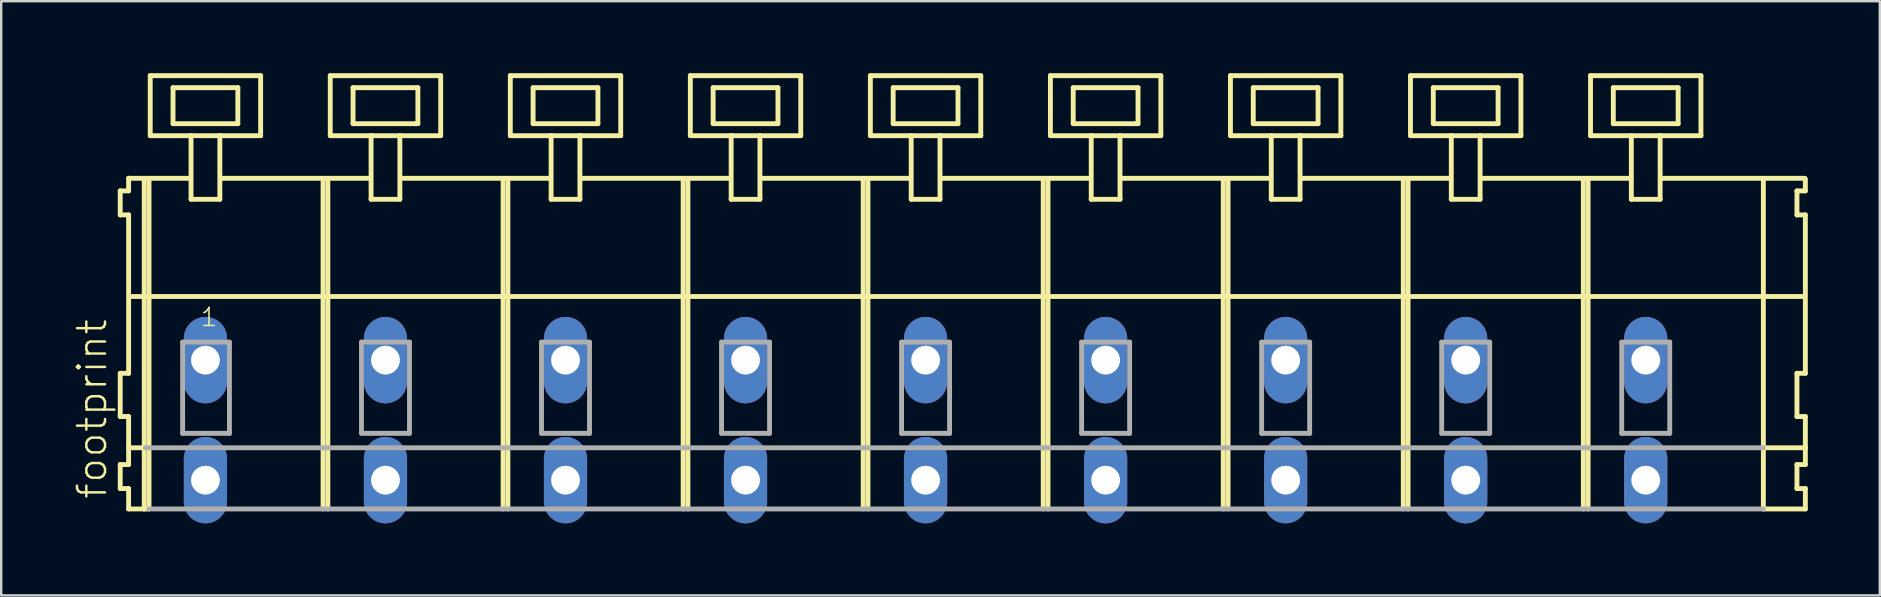
<source format=kicad_pcb>
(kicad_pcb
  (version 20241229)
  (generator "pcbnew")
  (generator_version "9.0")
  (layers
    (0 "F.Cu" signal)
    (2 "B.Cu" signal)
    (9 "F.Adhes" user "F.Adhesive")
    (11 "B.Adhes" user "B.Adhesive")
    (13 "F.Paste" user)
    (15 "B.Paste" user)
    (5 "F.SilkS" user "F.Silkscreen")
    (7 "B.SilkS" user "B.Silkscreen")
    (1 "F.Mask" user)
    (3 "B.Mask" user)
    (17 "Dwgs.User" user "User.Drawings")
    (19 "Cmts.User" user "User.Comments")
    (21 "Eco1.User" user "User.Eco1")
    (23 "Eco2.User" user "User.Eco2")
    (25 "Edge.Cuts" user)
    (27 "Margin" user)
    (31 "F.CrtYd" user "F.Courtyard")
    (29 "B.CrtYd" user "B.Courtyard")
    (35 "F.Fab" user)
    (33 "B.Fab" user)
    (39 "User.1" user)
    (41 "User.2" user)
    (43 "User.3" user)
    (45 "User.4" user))
  (footprint "footprint"
    (layer "F.Cu")
    (at 33.008 11.952)
    (property "Reference" "footprint" (at -31.535 5.855 90) (layer "F.SilkS") (effects (font (size 1.168 1.168) (thickness 0.102)) (justify left bottom)))
    (fp_line (start -31.05 -7.05) (end -31.05 -6.05) (stroke (width 0.203) (type solid)) (layer "F.SilkS"))
    (fp_line (start -31.05 -6.05) (end -30.7 -6.05) (stroke (width 0.203) (type solid)) (layer "F.SilkS"))
    (fp_line (start -31.05 0.55) (end -31.05 2.35) (stroke (width 0.203) (type solid)) (layer "F.SilkS"))
    (fp_line (start -31.05 2.35) (end -30.7 2.35) (stroke (width 0.203) (type solid)) (layer "F.SilkS"))
    (fp_line (start -31.05 4.35) (end -31.05 5.35) (stroke (width 0.203) (type solid)) (layer "F.SilkS"))
    (fp_line (start -31.05 5.35) (end -30.7 5.35) (stroke (width 0.203) (type solid)) (layer "F.SilkS"))
    (fp_line (start -30.7 -7.575) (end -30.7 -7.05) (stroke (width 0.203) (type solid)) (layer "F.SilkS"))
    (fp_line (start -30.7 -7.575) (end -28.125 -7.575) (stroke (width 0.203) (type solid)) (layer "F.SilkS"))
    (fp_line (start -30.7 -7.05) (end -31.05 -7.05) (stroke (width 0.203) (type solid)) (layer "F.SilkS"))
    (fp_line (start -30.7 -6.05) (end -30.7 0.55) (stroke (width 0.203) (type solid)) (layer "F.SilkS"))
    (fp_line (start -30.7 0.55) (end -31.05 0.55) (stroke (width 0.203) (type solid)) (layer "F.SilkS"))
    (fp_line (start -30.7 2.35) (end -30.7 4.35) (stroke (width 0.203) (type solid)) (layer "F.SilkS"))
    (fp_line (start -30.7 3.65) (end -30 3.65) (stroke (width 0.203) (type solid)) (layer "F.SilkS"))
    (fp_line (start -30.7 4.35) (end -31.05 4.35) (stroke (width 0.203) (type solid)) (layer "F.SilkS"))
    (fp_line (start -30.7 5.35) (end -30.7 6.2) (stroke (width 0.203) (type solid)) (layer "F.SilkS"))
    (fp_line (start -30.7 6.2) (end -30.05 6.2) (stroke (width 0.203) (type solid)) (layer "F.SilkS"))
    (fp_line (start -30.65 -2.65) (end 39.1 -2.65) (stroke (width 0.203) (type solid)) (layer "F.SilkS"))
    (fp_line (start -30.05 -7.55) (end -30.05 6.2) (stroke (width 0.203) (type solid)) (layer "F.SilkS"))
    (fp_line (start -30.05 6.2) (end -29.85 6.2) (stroke (width 0.203) (type solid)) (layer "F.SilkS"))
    (fp_line (start -29.85 -7.55) (end -29.85 6.2) (stroke (width 0.203) (type solid)) (layer "F.SilkS"))
    (fp_line (start -29.8 -11.85) (end -29.8 -9.35) (stroke (width 0.203) (type solid)) (layer "F.SilkS"))
    (fp_line (start -29.8 -9.35) (end -28.1 -9.35) (stroke (width 0.203) (type solid)) (layer "F.SilkS"))
    (fp_line (start -28.85 -11.35) (end -28.85 -9.85) (stroke (width 0.203) (type solid)) (layer "F.SilkS"))
    (fp_line (start -28.85 -9.85) (end -26.15 -9.85) (stroke (width 0.203) (type solid)) (layer "F.SilkS"))
    (fp_line (start -28.1 -9.35) (end -28.1 -6.7) (stroke (width 0.203) (type solid)) (layer "F.SilkS"))
    (fp_line (start -28.1 -9.35) (end -26.9 -9.35) (stroke (width 0.203) (type solid)) (layer "F.SilkS"))
    (fp_line (start -28.1 -6.7) (end -26.9 -6.7) (stroke (width 0.203) (type solid)) (layer "F.SilkS"))
    (fp_line (start -26.9 -9.35) (end -25.2 -9.35) (stroke (width 0.203) (type solid)) (layer "F.SilkS"))
    (fp_line (start -26.9 -6.7) (end -26.9 -9.35) (stroke (width 0.203) (type solid)) (layer "F.SilkS"))
    (fp_line (start -26.825 -7.575) (end -20.625 -7.575) (stroke (width 0.203) (type solid)) (layer "F.SilkS"))
    (fp_line (start -26.15 -11.35) (end -28.85 -11.35) (stroke (width 0.203) (type solid)) (layer "F.SilkS"))
    (fp_line (start -26.15 -9.85) (end -26.15 -11.35) (stroke (width 0.203) (type solid)) (layer "F.SilkS"))
    (fp_line (start -25.2 -11.85) (end -29.8 -11.85) (stroke (width 0.203) (type solid)) (layer "F.SilkS"))
    (fp_line (start -25.2 -9.35) (end -25.2 -11.85) (stroke (width 0.203) (type solid)) (layer "F.SilkS"))
    (fp_line (start -22.6 -7.55) (end -22.6 6.2) (stroke (width 0.203) (type solid)) (layer "F.SilkS"))
    (fp_line (start -22.4 -7.55) (end -22.4 6.2) (stroke (width 0.203) (type solid)) (layer "F.SilkS"))
    (fp_line (start -22.3 -11.85) (end -22.3 -9.35) (stroke (width 0.203) (type solid)) (layer "F.SilkS"))
    (fp_line (start -22.3 -9.35) (end -20.6 -9.35) (stroke (width 0.203) (type solid)) (layer "F.SilkS"))
    (fp_line (start -21.35 -11.35) (end -21.35 -9.85) (stroke (width 0.203) (type solid)) (layer "F.SilkS"))
    (fp_line (start -21.35 -9.85) (end -18.65 -9.85) (stroke (width 0.203) (type solid)) (layer "F.SilkS"))
    (fp_line (start -20.6 -9.35) (end -20.6 -6.7) (stroke (width 0.203) (type solid)) (layer "F.SilkS"))
    (fp_line (start -20.6 -9.35) (end -19.4 -9.35) (stroke (width 0.203) (type solid)) (layer "F.SilkS"))
    (fp_line (start -20.6 -6.7) (end -19.4 -6.7) (stroke (width 0.203) (type solid)) (layer "F.SilkS"))
    (fp_line (start -19.4 -9.35) (end -17.7 -9.35) (stroke (width 0.203) (type solid)) (layer "F.SilkS"))
    (fp_line (start -19.4 -6.7) (end -19.4 -9.35) (stroke (width 0.203) (type solid)) (layer "F.SilkS"))
    (fp_line (start -19.325 -7.575) (end -13.125 -7.575) (stroke (width 0.203) (type solid)) (layer "F.SilkS"))
    (fp_line (start -18.65 -11.35) (end -21.35 -11.35) (stroke (width 0.203) (type solid)) (layer "F.SilkS"))
    (fp_line (start -18.65 -9.85) (end -18.65 -11.35) (stroke (width 0.203) (type solid)) (layer "F.SilkS"))
    (fp_line (start -17.7 -11.85) (end -22.3 -11.85) (stroke (width 0.203) (type solid)) (layer "F.SilkS"))
    (fp_line (start -17.7 -9.35) (end -17.7 -11.85) (stroke (width 0.203) (type solid)) (layer "F.SilkS"))
    (fp_line (start -15.1 -7.55) (end -15.1 6.2) (stroke (width 0.203) (type solid)) (layer "F.SilkS"))
    (fp_line (start -14.9 -7.55) (end -14.9 6.2) (stroke (width 0.203) (type solid)) (layer "F.SilkS"))
    (fp_line (start -14.8 -11.85) (end -14.8 -9.35) (stroke (width 0.203) (type solid)) (layer "F.SilkS"))
    (fp_line (start -14.8 -9.35) (end -13.1 -9.35) (stroke (width 0.203) (type solid)) (layer "F.SilkS"))
    (fp_line (start -13.85 -11.35) (end -13.85 -9.85) (stroke (width 0.203) (type solid)) (layer "F.SilkS"))
    (fp_line (start -13.85 -9.85) (end -11.15 -9.85) (stroke (width 0.203) (type solid)) (layer "F.SilkS"))
    (fp_line (start -13.1 -9.35) (end -13.1 -6.7) (stroke (width 0.203) (type solid)) (layer "F.SilkS"))
    (fp_line (start -13.1 -9.35) (end -11.9 -9.35) (stroke (width 0.203) (type solid)) (layer "F.SilkS"))
    (fp_line (start -13.1 -6.7) (end -11.9 -6.7) (stroke (width 0.203) (type solid)) (layer "F.SilkS"))
    (fp_line (start -11.9 -9.35) (end -10.2 -9.35) (stroke (width 0.203) (type solid)) (layer "F.SilkS"))
    (fp_line (start -11.9 -6.7) (end -11.9 -9.35) (stroke (width 0.203) (type solid)) (layer "F.SilkS"))
    (fp_line (start -11.825 -7.575) (end -5.625 -7.575) (stroke (width 0.203) (type solid)) (layer "F.SilkS"))
    (fp_line (start -11.15 -11.35) (end -13.85 -11.35) (stroke (width 0.203) (type solid)) (layer "F.SilkS"))
    (fp_line (start -11.15 -9.85) (end -11.15 -11.35) (stroke (width 0.203) (type solid)) (layer "F.SilkS"))
    (fp_line (start -10.2 -11.85) (end -14.8 -11.85) (stroke (width 0.203) (type solid)) (layer "F.SilkS"))
    (fp_line (start -10.2 -9.35) (end -10.2 -11.85) (stroke (width 0.203) (type solid)) (layer "F.SilkS"))
    (fp_line (start -7.6 -7.55) (end -7.6 6.2) (stroke (width 0.203) (type solid)) (layer "F.SilkS"))
    (fp_line (start -7.4 -7.55) (end -7.4 6.2) (stroke (width 0.203) (type solid)) (layer "F.SilkS"))
    (fp_line (start -7.3 -11.85) (end -7.3 -9.35) (stroke (width 0.203) (type solid)) (layer "F.SilkS"))
    (fp_line (start -7.3 -9.35) (end -5.6 -9.35) (stroke (width 0.203) (type solid)) (layer "F.SilkS"))
    (fp_line (start -6.35 -11.35) (end -6.35 -9.85) (stroke (width 0.203) (type solid)) (layer "F.SilkS"))
    (fp_line (start -6.35 -9.85) (end -3.65 -9.85) (stroke (width 0.203) (type solid)) (layer "F.SilkS"))
    (fp_line (start -5.6 -9.35) (end -5.6 -6.7) (stroke (width 0.203) (type solid)) (layer "F.SilkS"))
    (fp_line (start -5.6 -9.35) (end -4.4 -9.35) (stroke (width 0.203) (type solid)) (layer "F.SilkS"))
    (fp_line (start -5.6 -6.7) (end -4.4 -6.7) (stroke (width 0.203) (type solid)) (layer "F.SilkS"))
    (fp_line (start -4.4 -9.35) (end -2.7 -9.35) (stroke (width 0.203) (type solid)) (layer "F.SilkS"))
    (fp_line (start -4.4 -6.7) (end -4.4 -9.35) (stroke (width 0.203) (type solid)) (layer "F.SilkS"))
    (fp_line (start -4.325 -7.575) (end 1.875 -7.575) (stroke (width 0.203) (type solid)) (layer "F.SilkS"))
    (fp_line (start -3.65 -11.35) (end -6.35 -11.35) (stroke (width 0.203) (type solid)) (layer "F.SilkS"))
    (fp_line (start -3.65 -9.85) (end -3.65 -11.35) (stroke (width 0.203) (type solid)) (layer "F.SilkS"))
    (fp_line (start -2.7 -11.85) (end -7.3 -11.85) (stroke (width 0.203) (type solid)) (layer "F.SilkS"))
    (fp_line (start -2.7 -9.35) (end -2.7 -11.85) (stroke (width 0.203) (type solid)) (layer "F.SilkS"))
    (fp_line (start -0.1 -7.55) (end -0.1 6.2) (stroke (width 0.203) (type solid)) (layer "F.SilkS"))
    (fp_line (start 0.1 -7.55) (end 0.1 6.2) (stroke (width 0.203) (type solid)) (layer "F.SilkS"))
    (fp_line (start 0.2 -11.85) (end 0.2 -9.35) (stroke (width 0.203) (type solid)) (layer "F.SilkS"))
    (fp_line (start 0.2 -9.35) (end 1.9 -9.35) (stroke (width 0.203) (type solid)) (layer "F.SilkS"))
    (fp_line (start 1.15 -11.35) (end 1.15 -9.85) (stroke (width 0.203) (type solid)) (layer "F.SilkS"))
    (fp_line (start 1.15 -9.85) (end 3.85 -9.85) (stroke (width 0.203) (type solid)) (layer "F.SilkS"))
    (fp_line (start 1.9 -9.35) (end 1.9 -6.7) (stroke (width 0.203) (type solid)) (layer "F.SilkS"))
    (fp_line (start 1.9 -9.35) (end 3.1 -9.35) (stroke (width 0.203) (type solid)) (layer "F.SilkS"))
    (fp_line (start 1.9 -6.7) (end 3.1 -6.7) (stroke (width 0.203) (type solid)) (layer "F.SilkS"))
    (fp_line (start 3.1 -9.35) (end 4.8 -9.35) (stroke (width 0.203) (type solid)) (layer "F.SilkS"))
    (fp_line (start 3.1 -6.7) (end 3.1 -9.35) (stroke (width 0.203) (type solid)) (layer "F.SilkS"))
    (fp_line (start 3.175 -7.575) (end 9.375 -7.575) (stroke (width 0.203) (type solid)) (layer "F.SilkS"))
    (fp_line (start 3.85 -11.35) (end 1.15 -11.35) (stroke (width 0.203) (type solid)) (layer "F.SilkS"))
    (fp_line (start 3.85 -9.85) (end 3.85 -11.35) (stroke (width 0.203) (type solid)) (layer "F.SilkS"))
    (fp_line (start 4.8 -11.85) (end 0.2 -11.85) (stroke (width 0.203) (type solid)) (layer "F.SilkS"))
    (fp_line (start 4.8 -9.35) (end 4.8 -11.85) (stroke (width 0.203) (type solid)) (layer "F.SilkS"))
    (fp_line (start 7.4 -7.55) (end 7.4 6.2) (stroke (width 0.203) (type solid)) (layer "F.SilkS"))
    (fp_line (start 7.6 -7.55) (end 7.6 6.2) (stroke (width 0.203) (type solid)) (layer "F.SilkS"))
    (fp_line (start 7.7 -11.85) (end 7.7 -9.35) (stroke (width 0.203) (type solid)) (layer "F.SilkS"))
    (fp_line (start 7.7 -9.35) (end 9.4 -9.35) (stroke (width 0.203) (type solid)) (layer "F.SilkS"))
    (fp_line (start 8.65 -11.35) (end 8.65 -9.85) (stroke (width 0.203) (type solid)) (layer "F.SilkS"))
    (fp_line (start 8.65 -9.85) (end 11.35 -9.85) (stroke (width 0.203) (type solid)) (layer "F.SilkS"))
    (fp_line (start 9.4 -9.35) (end 9.4 -6.7) (stroke (width 0.203) (type solid)) (layer "F.SilkS"))
    (fp_line (start 9.4 -9.35) (end 10.6 -9.35) (stroke (width 0.203) (type solid)) (layer "F.SilkS"))
    (fp_line (start 9.4 -6.7) (end 10.6 -6.7) (stroke (width 0.203) (type solid)) (layer "F.SilkS"))
    (fp_line (start 10.6 -9.35) (end 12.3 -9.35) (stroke (width 0.203) (type solid)) (layer "F.SilkS"))
    (fp_line (start 10.6 -6.7) (end 10.6 -9.35) (stroke (width 0.203) (type solid)) (layer "F.SilkS"))
    (fp_line (start 10.675 -7.575) (end 16.875 -7.575) (stroke (width 0.203) (type solid)) (layer "F.SilkS"))
    (fp_line (start 11.35 -11.35) (end 8.65 -11.35) (stroke (width 0.203) (type solid)) (layer "F.SilkS"))
    (fp_line (start 11.35 -9.85) (end 11.35 -11.35) (stroke (width 0.203) (type solid)) (layer "F.SilkS"))
    (fp_line (start 12.3 -11.85) (end 7.7 -11.85) (stroke (width 0.203) (type solid)) (layer "F.SilkS"))
    (fp_line (start 12.3 -9.35) (end 12.3 -11.85) (stroke (width 0.203) (type solid)) (layer "F.SilkS"))
    (fp_line (start 14.9 -7.55) (end 14.9 6.2) (stroke (width 0.203) (type solid)) (layer "F.SilkS"))
    (fp_line (start 15.1 -7.55) (end 15.1 6.2) (stroke (width 0.203) (type solid)) (layer "F.SilkS"))
    (fp_line (start 15.2 -11.85) (end 15.2 -9.35) (stroke (width 0.203) (type solid)) (layer "F.SilkS"))
    (fp_line (start 15.2 -9.35) (end 16.9 -9.35) (stroke (width 0.203) (type solid)) (layer "F.SilkS"))
    (fp_line (start 16.15 -11.35) (end 16.15 -9.85) (stroke (width 0.203) (type solid)) (layer "F.SilkS"))
    (fp_line (start 16.15 -9.85) (end 18.85 -9.85) (stroke (width 0.203) (type solid)) (layer "F.SilkS"))
    (fp_line (start 16.9 -9.35) (end 16.9 -6.7) (stroke (width 0.203) (type solid)) (layer "F.SilkS"))
    (fp_line (start 16.9 -9.35) (end 18.1 -9.35) (stroke (width 0.203) (type solid)) (layer "F.SilkS"))
    (fp_line (start 16.9 -6.7) (end 18.1 -6.7) (stroke (width 0.203) (type solid)) (layer "F.SilkS"))
    (fp_line (start 18.1 -9.35) (end 19.8 -9.35) (stroke (width 0.203) (type solid)) (layer "F.SilkS"))
    (fp_line (start 18.1 -6.7) (end 18.1 -9.35) (stroke (width 0.203) (type solid)) (layer "F.SilkS"))
    (fp_line (start 18.175 -7.575) (end 24.375 -7.575) (stroke (width 0.203) (type solid)) (layer "F.SilkS"))
    (fp_line (start 18.85 -11.35) (end 16.15 -11.35) (stroke (width 0.203) (type solid)) (layer "F.SilkS"))
    (fp_line (start 18.85 -9.85) (end 18.85 -11.35) (stroke (width 0.203) (type solid)) (layer "F.SilkS"))
    (fp_line (start 19.8 -11.85) (end 15.2 -11.85) (stroke (width 0.203) (type solid)) (layer "F.SilkS"))
    (fp_line (start 19.8 -9.35) (end 19.8 -11.85) (stroke (width 0.203) (type solid)) (layer "F.SilkS"))
    (fp_line (start 22.4 -7.55) (end 22.4 6.2) (stroke (width 0.203) (type solid)) (layer "F.SilkS"))
    (fp_line (start 22.6 -7.55) (end 22.6 6.2) (stroke (width 0.203) (type solid)) (layer "F.SilkS"))
    (fp_line (start 22.7 -11.85) (end 22.7 -9.35) (stroke (width 0.203) (type solid)) (layer "F.SilkS"))
    (fp_line (start 22.7 -9.35) (end 24.4 -9.35) (stroke (width 0.203) (type solid)) (layer "F.SilkS"))
    (fp_line (start 23.65 -11.35) (end 23.65 -9.85) (stroke (width 0.203) (type solid)) (layer "F.SilkS"))
    (fp_line (start 23.65 -9.85) (end 26.35 -9.85) (stroke (width 0.203) (type solid)) (layer "F.SilkS"))
    (fp_line (start 24.4 -9.35) (end 24.4 -6.7) (stroke (width 0.203) (type solid)) (layer "F.SilkS"))
    (fp_line (start 24.4 -9.35) (end 25.6 -9.35) (stroke (width 0.203) (type solid)) (layer "F.SilkS"))
    (fp_line (start 24.4 -6.7) (end 25.6 -6.7) (stroke (width 0.203) (type solid)) (layer "F.SilkS"))
    (fp_line (start 25.6 -9.35) (end 27.3 -9.35) (stroke (width 0.203) (type solid)) (layer "F.SilkS"))
    (fp_line (start 25.6 -6.7) (end 25.6 -9.35) (stroke (width 0.203) (type solid)) (layer "F.SilkS"))
    (fp_line (start 25.675 -7.575) (end 31.875 -7.575) (stroke (width 0.203) (type solid)) (layer "F.SilkS"))
    (fp_line (start 26.35 -11.35) (end 23.65 -11.35) (stroke (width 0.203) (type solid)) (layer "F.SilkS"))
    (fp_line (start 26.35 -9.85) (end 26.35 -11.35) (stroke (width 0.203) (type solid)) (layer "F.SilkS"))
    (fp_line (start 27.3 -11.85) (end 22.7 -11.85) (stroke (width 0.203) (type solid)) (layer "F.SilkS"))
    (fp_line (start 27.3 -9.35) (end 27.3 -11.85) (stroke (width 0.203) (type solid)) (layer "F.SilkS"))
    (fp_line (start 29.9 -7.55) (end 29.9 6.2) (stroke (width 0.203) (type solid)) (layer "F.SilkS"))
    (fp_line (start 30.1 -7.55) (end 30.1 6.2) (stroke (width 0.203) (type solid)) (layer "F.SilkS"))
    (fp_line (start 30.2 -11.85) (end 30.2 -9.35) (stroke (width 0.203) (type solid)) (layer "F.SilkS"))
    (fp_line (start 30.2 -9.35) (end 31.9 -9.35) (stroke (width 0.203) (type solid)) (layer "F.SilkS"))
    (fp_line (start 31.15 -11.35) (end 31.15 -9.85) (stroke (width 0.203) (type solid)) (layer "F.SilkS"))
    (fp_line (start 31.15 -9.85) (end 33.85 -9.85) (stroke (width 0.203) (type solid)) (layer "F.SilkS"))
    (fp_line (start 31.9 -9.35) (end 31.9 -6.7) (stroke (width 0.203) (type solid)) (layer "F.SilkS"))
    (fp_line (start 31.9 -9.35) (end 33.1 -9.35) (stroke (width 0.203) (type solid)) (layer "F.SilkS"))
    (fp_line (start 31.9 -6.7) (end 33.1 -6.7) (stroke (width 0.203) (type solid)) (layer "F.SilkS"))
    (fp_line (start 33.1 -9.35) (end 34.8 -9.35) (stroke (width 0.203) (type solid)) (layer "F.SilkS"))
    (fp_line (start 33.1 -6.7) (end 33.1 -9.35) (stroke (width 0.203) (type solid)) (layer "F.SilkS"))
    (fp_line (start 33.125 -7.575) (end 39.125 -7.575) (stroke (width 0.203) (type solid)) (layer "F.SilkS"))
    (fp_line (start 33.85 -11.35) (end 31.15 -11.35) (stroke (width 0.203) (type solid)) (layer "F.SilkS"))
    (fp_line (start 33.85 -9.85) (end 33.85 -11.35) (stroke (width 0.203) (type solid)) (layer "F.SilkS"))
    (fp_line (start 34.8 -11.85) (end 30.2 -11.85) (stroke (width 0.203) (type solid)) (layer "F.SilkS"))
    (fp_line (start 34.8 -9.35) (end 34.8 -11.85) (stroke (width 0.203) (type solid)) (layer "F.SilkS"))
    (fp_line (start 37.4 -7.55) (end 37.4 6.2) (stroke (width 0.203) (type solid)) (layer "F.SilkS"))
    (fp_line (start 37.4 6.2) (end 39.15 6.2) (stroke (width 0.203) (type solid)) (layer "F.SilkS"))
    (fp_line (start 37.45 3.65) (end 39.15 3.65) (stroke (width 0.203) (type solid)) (layer "F.SilkS"))
    (fp_line (start 38.8 -7.05) (end 38.8 -6.05) (stroke (width 0.203) (type solid)) (layer "F.SilkS"))
    (fp_line (start 38.8 -6.05) (end 39.15 -6.05) (stroke (width 0.203) (type solid)) (layer "F.SilkS"))
    (fp_line (start 38.8 0.55) (end 38.8 2.35) (stroke (width 0.203) (type solid)) (layer "F.SilkS"))
    (fp_line (start 38.8 2.35) (end 39.15 2.35) (stroke (width 0.203) (type solid)) (layer "F.SilkS"))
    (fp_line (start 38.8 4.35) (end 38.8 5.35) (stroke (width 0.203) (type solid)) (layer "F.SilkS"))
    (fp_line (start 38.8 5.35) (end 39.15 5.35) (stroke (width 0.203) (type solid)) (layer "F.SilkS"))
    (fp_line (start 39.15 -7.05) (end 38.8 -7.05) (stroke (width 0.203) (type solid)) (layer "F.SilkS"))
    (fp_line (start 39.15 -7.05) (end 39.15 -7.55) (stroke (width 0.203) (type solid)) (layer "F.SilkS"))
    (fp_line (start 39.15 0.55) (end 38.8 0.55) (stroke (width 0.203) (type solid)) (layer "F.SilkS"))
    (fp_line (start 39.15 0.55) (end 39.15 -6.05) (stroke (width 0.203) (type solid)) (layer "F.SilkS"))
    (fp_line (start 39.15 3.65) (end 39.15 2.35) (stroke (width 0.203) (type solid)) (layer "F.SilkS"))
    (fp_line (start 39.15 4.35) (end 38.8 4.35) (stroke (width 0.203) (type solid)) (layer "F.SilkS"))
    (fp_line (start 39.15 4.35) (end 39.15 3.65) (stroke (width 0.203) (type solid)) (layer "F.SilkS"))
    (fp_line (start 39.15 6.2) (end 39.15 5.35) (stroke (width 0.203) (type solid)) (layer "F.SilkS"))
    (fp_line (start -30 3.65) (end 37.4 3.65) (stroke (width 0.203) (type solid)) (layer "F.Fab"))
    (fp_line (start -29.85 6.2) (end 37.4 6.2) (stroke (width 0.203) (type solid)) (layer "F.Fab"))
    (fp_line (start -28.45 -0.75) (end -28.45 3.05) (stroke (width 0.203) (type solid)) (layer "F.Fab"))
    (fp_line (start -28.45 3.05) (end -26.5 3.05) (stroke (width 0.203) (type solid)) (layer "F.Fab"))
    (fp_line (start -26.5 -0.75) (end -28.45 -0.75) (stroke (width 0.203) (type solid)) (layer "F.Fab"))
    (fp_line (start -26.5 3.05) (end -26.5 -0.75) (stroke (width 0.203) (type solid)) (layer "F.Fab"))
    (fp_line (start -21 -0.75) (end -21 3.05) (stroke (width 0.203) (type solid)) (layer "F.Fab"))
    (fp_line (start -21 3.05) (end -19 3.05) (stroke (width 0.203) (type solid)) (layer "F.Fab"))
    (fp_line (start -19 -0.75) (end -21 -0.75) (stroke (width 0.203) (type solid)) (layer "F.Fab"))
    (fp_line (start -19 3.05) (end -19 -0.75) (stroke (width 0.203) (type solid)) (layer "F.Fab"))
    (fp_line (start -13.5 -0.75) (end -13.5 3.05) (stroke (width 0.203) (type solid)) (layer "F.Fab"))
    (fp_line (start -13.5 3.05) (end -11.5 3.05) (stroke (width 0.203) (type solid)) (layer "F.Fab"))
    (fp_line (start -11.5 -0.75) (end -13.5 -0.75) (stroke (width 0.203) (type solid)) (layer "F.Fab"))
    (fp_line (start -11.5 3.05) (end -11.5 -0.75) (stroke (width 0.203) (type solid)) (layer "F.Fab"))
    (fp_line (start -6 -0.75) (end -6 3.05) (stroke (width 0.203) (type solid)) (layer "F.Fab"))
    (fp_line (start -6 3.05) (end -4 3.05) (stroke (width 0.203) (type solid)) (layer "F.Fab"))
    (fp_line (start -4 -0.75) (end -6 -0.75) (stroke (width 0.203) (type solid)) (layer "F.Fab"))
    (fp_line (start -4 3.05) (end -4 -0.75) (stroke (width 0.203) (type solid)) (layer "F.Fab"))
    (fp_line (start 1.5 -0.75) (end 1.5 3.05) (stroke (width 0.203) (type solid)) (layer "F.Fab"))
    (fp_line (start 1.5 3.05) (end 3.5 3.05) (stroke (width 0.203) (type solid)) (layer "F.Fab"))
    (fp_line (start 3.5 -0.75) (end 1.5 -0.75) (stroke (width 0.203) (type solid)) (layer "F.Fab"))
    (fp_line (start 3.5 3.05) (end 3.5 -0.75) (stroke (width 0.203) (type solid)) (layer "F.Fab"))
    (fp_line (start 9 -0.75) (end 9 3.05) (stroke (width 0.203) (type solid)) (layer "F.Fab"))
    (fp_line (start 9 3.05) (end 11 3.05) (stroke (width 0.203) (type solid)) (layer "F.Fab"))
    (fp_line (start 11 -0.75) (end 9 -0.75) (stroke (width 0.203) (type solid)) (layer "F.Fab"))
    (fp_line (start 11 3.05) (end 11 -0.75) (stroke (width 0.203) (type solid)) (layer "F.Fab"))
    (fp_line (start 16.5 -0.75) (end 16.5 3.05) (stroke (width 0.203) (type solid)) (layer "F.Fab"))
    (fp_line (start 16.5 3.05) (end 18.5 3.05) (stroke (width 0.203) (type solid)) (layer "F.Fab"))
    (fp_line (start 18.5 -0.75) (end 16.5 -0.75) (stroke (width 0.203) (type solid)) (layer "F.Fab"))
    (fp_line (start 18.5 3.05) (end 18.5 -0.75) (stroke (width 0.203) (type solid)) (layer "F.Fab"))
    (fp_line (start 24 -0.75) (end 24 3.05) (stroke (width 0.203) (type solid)) (layer "F.Fab"))
    (fp_line (start 24 3.05) (end 26 3.05) (stroke (width 0.203) (type solid)) (layer "F.Fab"))
    (fp_line (start 26 -0.75) (end 24 -0.75) (stroke (width 0.203) (type solid)) (layer "F.Fab"))
    (fp_line (start 26 3.05) (end 26 -0.75) (stroke (width 0.203) (type solid)) (layer "F.Fab"))
    (fp_line (start 31.5 -0.75) (end 31.5 3.05) (stroke (width 0.203) (type solid)) (layer "F.Fab"))
    (fp_line (start 31.5 3.05) (end 33.5 3.05) (stroke (width 0.203) (type solid)) (layer "F.Fab"))
    (fp_line (start 33.5 -0.75) (end 31.5 -0.75) (stroke (width 0.203) (type solid)) (layer "F.Fab"))
    (fp_line (start 33.5 3.05) (end 33.5 -0.75) (stroke (width 0.203) (type solid)) (layer "F.Fab"))
    (fp_text user "1" (at -27.75 -1.35 0) (layer "F.SilkS") (effects (font (size 0.748 0.748) (thickness 0.065)) (justify left bottom)))
    (pad "A1" thru_hole oval (at -27.5 0 90) (size 3.6 1.8) (drill 1.2) (layers "*.Cu" "*.Mask"))
    (pad "A2" thru_hole oval (at -20 0 90) (size 3.6 1.8) (drill 1.2) (layers "*.Cu" "*.Mask"))
    (pad "A3" thru_hole oval (at -12.5 0 90) (size 3.6 1.8) (drill 1.2) (layers "*.Cu" "*.Mask"))
    (pad "A4" thru_hole oval (at -5 0 90) (size 3.6 1.8) (drill 1.2) (layers "*.Cu" "*.Mask"))
    (pad "A5" thru_hole oval (at 2.5 0 90) (size 3.6 1.8) (drill 1.2) (layers "*.Cu" "*.Mask"))
    (pad "A6" thru_hole oval (at 10 0 90) (size 3.6 1.8) (drill 1.2) (layers "*.Cu" "*.Mask"))
    (pad "A7" thru_hole oval (at 17.5 0 90) (size 3.6 1.8) (drill 1.2) (layers "*.Cu" "*.Mask"))
    (pad "A8" thru_hole oval (at 25 0 90) (size 3.6 1.8) (drill 1.2) (layers "*.Cu" "*.Mask"))
    (pad "A9" thru_hole oval (at 32.5 0 90) (size 3.6 1.8) (drill 1.2) (layers "*.Cu" "*.Mask"))
    (pad "B1" thru_hole oval (at -27.5 5 90) (size 3.6 1.8) (drill 1.2) (layers "*.Cu" "*.Mask"))
    (pad "B2" thru_hole oval (at -20 5 90) (size 3.6 1.8) (drill 1.2) (layers "*.Cu" "*.Mask"))
    (pad "B3" thru_hole oval (at -12.5 5 90) (size 3.6 1.8) (drill 1.2) (layers "*.Cu" "*.Mask"))
    (pad "B4" thru_hole oval (at -5 5 90) (size 3.6 1.8) (drill 1.2) (layers "*.Cu" "*.Mask"))
    (pad "B5" thru_hole oval (at 2.5 5 90) (size 3.6 1.8) (drill 1.2) (layers "*.Cu" "*.Mask"))
    (pad "B6" thru_hole oval (at 10 5 90) (size 3.6 1.8) (drill 1.2) (layers "*.Cu" "*.Mask"))
    (pad "B7" thru_hole oval (at 17.5 5 90) (size 3.6 1.8) (drill 1.2) (layers "*.Cu" "*.Mask"))
    (pad "B8" thru_hole oval (at 25 5 90) (size 3.6 1.8) (drill 1.2) (layers "*.Cu" "*.Mask"))
    (pad "B9" thru_hole oval (at 32.5 5 90) (size 3.6 1.8) (drill 1.2) (layers "*.Cu" "*.Mask")))
  (gr_rect
    (start -3 -3)
    (end 75.26 21.752)
    (stroke (width 0.1) (type default))
    (fill no)
    (layer "Edge.Cuts")))
</source>
